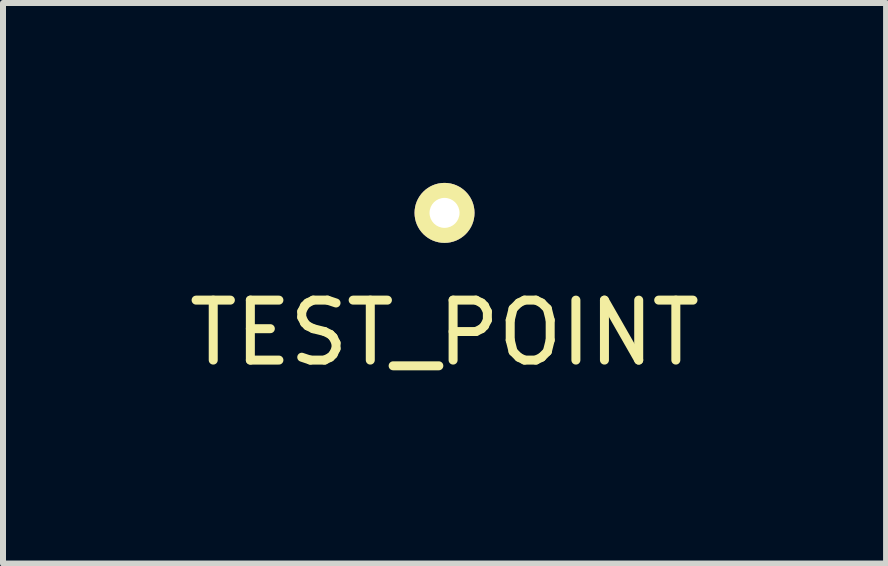
<source format=kicad_pcb>
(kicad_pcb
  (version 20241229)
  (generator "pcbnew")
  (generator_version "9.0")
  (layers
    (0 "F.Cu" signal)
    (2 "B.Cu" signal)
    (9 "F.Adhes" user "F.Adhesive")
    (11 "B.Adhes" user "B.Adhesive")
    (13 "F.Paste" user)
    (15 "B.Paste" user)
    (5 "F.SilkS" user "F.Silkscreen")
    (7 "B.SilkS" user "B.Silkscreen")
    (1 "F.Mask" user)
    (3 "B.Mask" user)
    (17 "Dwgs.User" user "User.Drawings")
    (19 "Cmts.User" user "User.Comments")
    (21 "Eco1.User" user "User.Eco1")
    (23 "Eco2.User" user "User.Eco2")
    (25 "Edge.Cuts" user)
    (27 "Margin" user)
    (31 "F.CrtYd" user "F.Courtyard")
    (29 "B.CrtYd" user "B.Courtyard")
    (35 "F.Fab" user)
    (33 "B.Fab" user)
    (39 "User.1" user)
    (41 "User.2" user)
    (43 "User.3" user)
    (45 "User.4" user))
  (footprint "TEST_POINT"
    (layer "F.Cu")
    (at 4.363 0.5)
    (property "Reference" "TEST_POINT" (at 0 2 0) (layer "F.SilkS") (effects (font (size 1 1) (thickness 0.15))))
    (attr through_hole)
    (pad "1" thru_hole circle (at 0 0) (size 1 1) (drill 0.5) (layers "*.Cu" "*.Mask" "F.SilkS")))
  (gr_rect
    (start -3 -3)
    (end 11.726 6.348)
    (stroke (width 0.1) (type default))
    (fill no)
    (layer "Edge.Cuts")))
</source>
